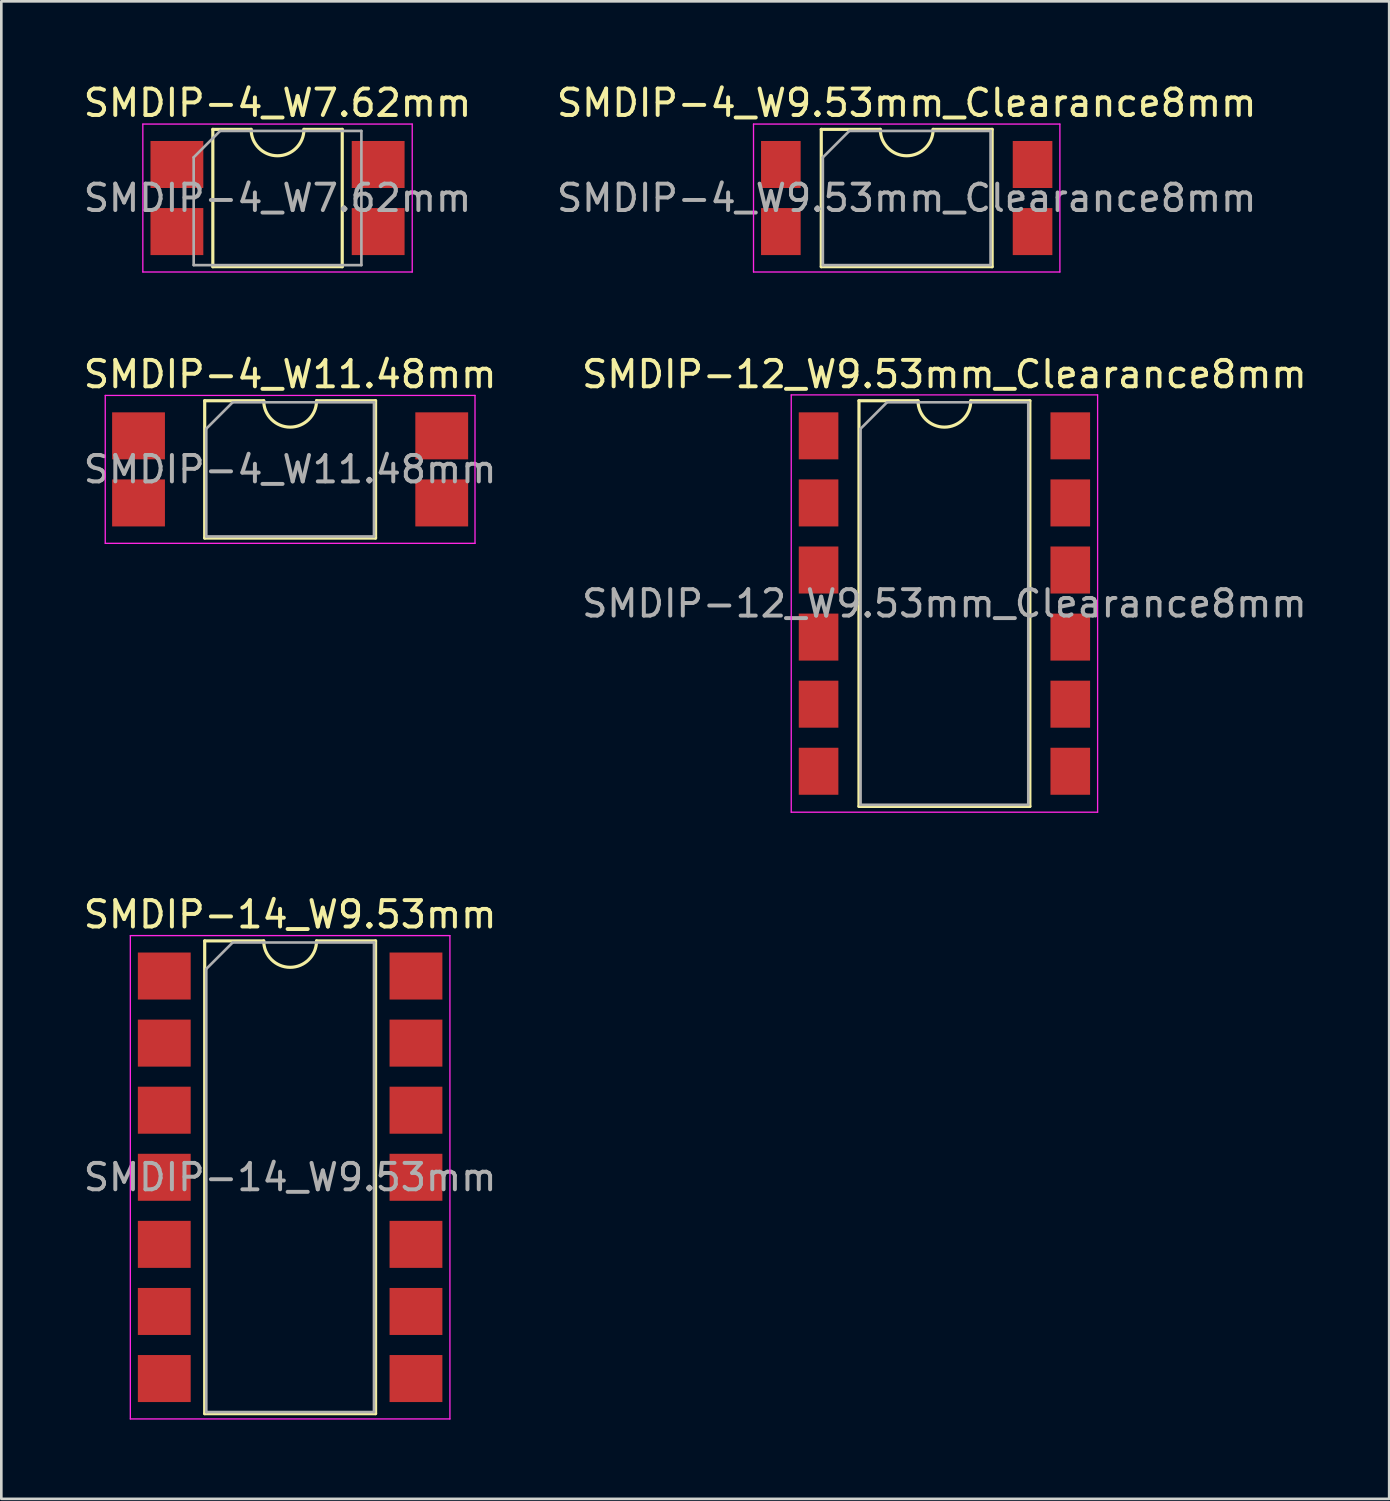
<source format=kicad_pcb>
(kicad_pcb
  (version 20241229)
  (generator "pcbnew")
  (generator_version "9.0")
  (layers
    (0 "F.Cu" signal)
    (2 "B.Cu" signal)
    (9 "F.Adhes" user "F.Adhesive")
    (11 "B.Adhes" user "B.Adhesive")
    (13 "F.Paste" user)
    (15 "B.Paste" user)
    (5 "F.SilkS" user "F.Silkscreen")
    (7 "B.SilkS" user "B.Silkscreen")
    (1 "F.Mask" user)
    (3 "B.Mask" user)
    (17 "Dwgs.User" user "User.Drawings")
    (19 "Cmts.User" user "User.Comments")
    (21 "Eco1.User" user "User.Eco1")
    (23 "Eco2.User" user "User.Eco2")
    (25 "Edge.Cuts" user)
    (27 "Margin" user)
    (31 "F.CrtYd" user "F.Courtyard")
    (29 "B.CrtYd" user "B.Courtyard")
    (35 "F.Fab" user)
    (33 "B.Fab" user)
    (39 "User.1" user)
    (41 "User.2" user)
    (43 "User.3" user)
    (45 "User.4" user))
  (footprint "SMDIP-4_W9.53mm_Clearance8mm"
    (layer "F.Cu")
    (at 31.28 4.448)
    (property "Reference" "SMDIP-4_W9.53mm_Clearance8mm" (at 0 -3.6 0) (layer "F.SilkS") (effects (font (size 1 1) (thickness 0.15))))
    (attr smd)
    (fp_line (start -3.235 -2.6) (end -3.235 2.6) (stroke (width 0.12) (type solid)) (layer "F.SilkS"))
    (fp_line (start -3.235 2.6) (end 3.235 2.6) (stroke (width 0.12) (type solid)) (layer "F.SilkS"))
    (fp_line (start -1 -2.6) (end -3.235 -2.6) (stroke (width 0.12) (type solid)) (layer "F.SilkS"))
    (fp_line (start 3.235 -2.6) (end 1 -2.6) (stroke (width 0.12) (type solid)) (layer "F.SilkS"))
    (fp_line (start 3.235 2.6) (end 3.235 -2.6) (stroke (width 0.12) (type solid)) (layer "F.SilkS"))
    (fp_arc (start 1 -2.6) (mid 0 -1.6) (end -1 -2.6) (stroke (width 0.12) (type solid)) (layer "F.SilkS"))
    (fp_line (start -5.8 -2.8) (end -5.8 2.8) (stroke (width 0.05) (type solid)) (layer "F.CrtYd"))
    (fp_line (start -5.8 2.8) (end 5.8 2.8) (stroke (width 0.05) (type solid)) (layer "F.CrtYd"))
    (fp_line (start 5.8 -2.8) (end -5.8 -2.8) (stroke (width 0.05) (type solid)) (layer "F.CrtYd"))
    (fp_line (start 5.8 2.8) (end 5.8 -2.8) (stroke (width 0.05) (type solid)) (layer "F.CrtYd"))
    (fp_line (start -3.175 -1.54) (end -2.175 -2.54) (stroke (width 0.1) (type solid)) (layer "F.Fab"))
    (fp_line (start -3.175 2.54) (end -3.175 -1.54) (stroke (width 0.1) (type solid)) (layer "F.Fab"))
    (fp_line (start -2.175 -2.54) (end 3.175 -2.54) (stroke (width 0.1) (type solid)) (layer "F.Fab"))
    (fp_line (start 3.175 -2.54) (end 3.175 2.54) (stroke (width 0.1) (type solid)) (layer "F.Fab"))
    (fp_line (start 3.175 2.54) (end -3.175 2.54) (stroke (width 0.1) (type solid)) (layer "F.Fab"))
    (fp_text user "${REFERENCE}" (at 0 0 0) (layer "F.Fab") (effects (font (size 1 1) (thickness 0.15))))
    (pad "1" smd rect (at -4.765 -1.27) (size 1.5 1.78) (layers "F.Cu" "F.Mask" "F.Paste"))
    (pad "2" smd rect (at -4.765 1.27) (size 1.5 1.78) (layers "F.Cu" "F.Mask" "F.Paste"))
    (pad "3" smd rect (at 4.765 1.27) (size 1.5 1.78) (layers "F.Cu" "F.Mask" "F.Paste"))
    (pad "4" smd rect (at 4.765 -1.27) (size 1.5 1.78) (layers "F.Cu" "F.Mask" "F.Paste")))
  (footprint "SMDIP-12_W9.53mm_Clearance8mm"
    (layer "F.Cu")
    (at 32.708 19.802)
    (property "Reference" "SMDIP-12_W9.53mm_Clearance8mm" (at 0 -8.68 0) (layer "F.SilkS") (effects (font (size 1 1) (thickness 0.15))))
    (attr smd)
    (fp_line (start -3.235 -7.68) (end -3.235 7.68) (stroke (width 0.12) (type solid)) (layer "F.SilkS"))
    (fp_line (start -3.235 7.68) (end 3.235 7.68) (stroke (width 0.12) (type solid)) (layer "F.SilkS"))
    (fp_line (start -1 -7.68) (end -3.235 -7.68) (stroke (width 0.12) (type solid)) (layer "F.SilkS"))
    (fp_line (start 3.235 -7.68) (end 1 -7.68) (stroke (width 0.12) (type solid)) (layer "F.SilkS"))
    (fp_line (start 3.235 7.68) (end 3.235 -7.68) (stroke (width 0.12) (type solid)) (layer "F.SilkS"))
    (fp_arc (start 1 -7.68) (mid 0 -6.68) (end -1 -7.68) (stroke (width 0.12) (type solid)) (layer "F.SilkS"))
    (fp_line (start -5.8 -7.9) (end -5.8 7.9) (stroke (width 0.05) (type solid)) (layer "F.CrtYd"))
    (fp_line (start -5.8 7.9) (end 5.8 7.9) (stroke (width 0.05) (type solid)) (layer "F.CrtYd"))
    (fp_line (start 5.8 -7.9) (end -5.8 -7.9) (stroke (width 0.05) (type solid)) (layer "F.CrtYd"))
    (fp_line (start 5.8 7.9) (end 5.8 -7.9) (stroke (width 0.05) (type solid)) (layer "F.CrtYd"))
    (fp_line (start -3.175 -6.62) (end -2.175 -7.62) (stroke (width 0.1) (type solid)) (layer "F.Fab"))
    (fp_line (start -3.175 7.62) (end -3.175 -6.62) (stroke (width 0.1) (type solid)) (layer "F.Fab"))
    (fp_line (start -2.175 -7.62) (end 3.175 -7.62) (stroke (width 0.1) (type solid)) (layer "F.Fab"))
    (fp_line (start 3.175 -7.62) (end 3.175 7.62) (stroke (width 0.1) (type solid)) (layer "F.Fab"))
    (fp_line (start 3.175 7.62) (end -3.175 7.62) (stroke (width 0.1) (type solid)) (layer "F.Fab"))
    (fp_text user "${REFERENCE}" (at 0 0 0) (layer "F.Fab") (effects (font (size 1 1) (thickness 0.15))))
    (pad "1" smd rect (at -4.765 -6.35) (size 1.5 1.78) (layers "F.Cu" "F.Mask" "F.Paste"))
    (pad "2" smd rect (at -4.765 -3.81) (size 1.5 1.78) (layers "F.Cu" "F.Mask" "F.Paste"))
    (pad "3" smd rect (at -4.765 -1.27) (size 1.5 1.78) (layers "F.Cu" "F.Mask" "F.Paste"))
    (pad "4" smd rect (at -4.765 1.27) (size 1.5 1.78) (layers "F.Cu" "F.Mask" "F.Paste"))
    (pad "5" smd rect (at -4.765 3.81) (size 1.5 1.78) (layers "F.Cu" "F.Mask" "F.Paste"))
    (pad "6" smd rect (at -4.765 6.35) (size 1.5 1.78) (layers "F.Cu" "F.Mask" "F.Paste"))
    (pad "7" smd rect (at 4.765 6.35) (size 1.5 1.78) (layers "F.Cu" "F.Mask" "F.Paste"))
    (pad "8" smd rect (at 4.765 3.81) (size 1.5 1.78) (layers "F.Cu" "F.Mask" "F.Paste"))
    (pad "9" smd rect (at 4.765 1.27) (size 1.5 1.78) (layers "F.Cu" "F.Mask" "F.Paste"))
    (pad "10" smd rect (at 4.765 -1.27) (size 1.5 1.78) (layers "F.Cu" "F.Mask" "F.Paste"))
    (pad "11" smd rect (at 4.765 -3.81) (size 1.5 1.78) (layers "F.Cu" "F.Mask" "F.Paste"))
    (pad "12" smd rect (at 4.765 -6.35) (size 1.5 1.78) (layers "F.Cu" "F.Mask" "F.Paste")))
  (footprint "SMDIP-4_W7.62mm"
    (layer "F.Cu")
    (at 7.458 4.448)
    (property "Reference" "SMDIP-4_W7.62mm" (at 0 -3.6 0) (layer "F.SilkS") (effects (font (size 1 1) (thickness 0.15))))
    (attr smd)
    (fp_line (start -2.45 -2.6) (end -2.45 2.6) (stroke (width 0.12) (type solid)) (layer "F.SilkS"))
    (fp_line (start -2.45 2.6) (end 2.45 2.6) (stroke (width 0.12) (type solid)) (layer "F.SilkS"))
    (fp_line (start -1 -2.6) (end -2.45 -2.6) (stroke (width 0.12) (type solid)) (layer "F.SilkS"))
    (fp_line (start 2.45 -2.6) (end 1 -2.6) (stroke (width 0.12) (type solid)) (layer "F.SilkS"))
    (fp_line (start 2.45 2.6) (end 2.45 -2.6) (stroke (width 0.12) (type solid)) (layer "F.SilkS"))
    (fp_arc (start 1 -2.6) (mid 0 -1.6) (end -1 -2.6) (stroke (width 0.12) (type solid)) (layer "F.SilkS"))
    (fp_line (start -5.1 -2.8) (end -5.1 2.8) (stroke (width 0.05) (type solid)) (layer "F.CrtYd"))
    (fp_line (start -5.1 2.8) (end 5.1 2.8) (stroke (width 0.05) (type solid)) (layer "F.CrtYd"))
    (fp_line (start 5.1 -2.8) (end -5.1 -2.8) (stroke (width 0.05) (type solid)) (layer "F.CrtYd"))
    (fp_line (start 5.1 2.8) (end 5.1 -2.8) (stroke (width 0.05) (type solid)) (layer "F.CrtYd"))
    (fp_line (start -3.175 -1.54) (end -2.175 -2.54) (stroke (width 0.1) (type solid)) (layer "F.Fab"))
    (fp_line (start -3.175 2.54) (end -3.175 -1.54) (stroke (width 0.1) (type solid)) (layer "F.Fab"))
    (fp_line (start -2.175 -2.54) (end 3.175 -2.54) (stroke (width 0.1) (type solid)) (layer "F.Fab"))
    (fp_line (start 3.175 -2.54) (end 3.175 2.54) (stroke (width 0.1) (type solid)) (layer "F.Fab"))
    (fp_line (start 3.175 2.54) (end -3.175 2.54) (stroke (width 0.1) (type solid)) (layer "F.Fab"))
    (fp_text user "${REFERENCE}" (at 0 0 0) (layer "F.Fab") (effects (font (size 1 1) (thickness 0.15))))
    (pad "1" smd rect (at -3.81 -1.27) (size 2 1.78) (layers "F.Cu" "F.Mask" "F.Paste"))
    (pad "2" smd rect (at -3.81 1.27) (size 2 1.78) (layers "F.Cu" "F.Mask" "F.Paste"))
    (pad "3" smd rect (at 3.81 1.27) (size 2 1.78) (layers "F.Cu" "F.Mask" "F.Paste"))
    (pad "4" smd rect (at 3.81 -1.27) (size 2 1.78) (layers "F.Cu" "F.Mask" "F.Paste")))
  (footprint "SMDIP-14_W9.53mm"
    (layer "F.Cu")
    (at 7.935 41.525)
    (property "Reference" "SMDIP-14_W9.53mm" (at 0 -9.95 0) (layer "F.SilkS") (effects (font (size 1 1) (thickness 0.15))))
    (attr smd)
    (fp_line (start -3.235 -8.95) (end -3.235 8.95) (stroke (width 0.12) (type solid)) (layer "F.SilkS"))
    (fp_line (start -3.235 8.95) (end 3.235 8.95) (stroke (width 0.12) (type solid)) (layer "F.SilkS"))
    (fp_line (start -1 -8.95) (end -3.235 -8.95) (stroke (width 0.12) (type solid)) (layer "F.SilkS"))
    (fp_line (start 3.235 -8.95) (end 1 -8.95) (stroke (width 0.12) (type solid)) (layer "F.SilkS"))
    (fp_line (start 3.235 8.95) (end 3.235 -8.95) (stroke (width 0.12) (type solid)) (layer "F.SilkS"))
    (fp_arc (start 1 -8.95) (mid 0 -7.95) (end -1 -8.95) (stroke (width 0.12) (type solid)) (layer "F.SilkS"))
    (fp_line (start -6.05 -9.15) (end -6.05 9.15) (stroke (width 0.05) (type solid)) (layer "F.CrtYd"))
    (fp_line (start -6.05 9.15) (end 6.05 9.15) (stroke (width 0.05) (type solid)) (layer "F.CrtYd"))
    (fp_line (start 6.05 -9.15) (end -6.05 -9.15) (stroke (width 0.05) (type solid)) (layer "F.CrtYd"))
    (fp_line (start 6.05 9.15) (end 6.05 -9.15) (stroke (width 0.05) (type solid)) (layer "F.CrtYd"))
    (fp_line (start -3.175 -7.89) (end -2.175 -8.89) (stroke (width 0.1) (type solid)) (layer "F.Fab"))
    (fp_line (start -3.175 8.89) (end -3.175 -7.89) (stroke (width 0.1) (type solid)) (layer "F.Fab"))
    (fp_line (start -2.175 -8.89) (end 3.175 -8.89) (stroke (width 0.1) (type solid)) (layer "F.Fab"))
    (fp_line (start 3.175 -8.89) (end 3.175 8.89) (stroke (width 0.1) (type solid)) (layer "F.Fab"))
    (fp_line (start 3.175 8.89) (end -3.175 8.89) (stroke (width 0.1) (type solid)) (layer "F.Fab"))
    (fp_text user "${REFERENCE}" (at 0 0 0) (layer "F.Fab") (effects (font (size 1 1) (thickness 0.15))))
    (pad "1" smd rect (at -4.765 -7.62) (size 2 1.78) (layers "F.Cu" "F.Mask" "F.Paste"))
    (pad "2" smd rect (at -4.765 -5.08) (size 2 1.78) (layers "F.Cu" "F.Mask" "F.Paste"))
    (pad "3" smd rect (at -4.765 -2.54) (size 2 1.78) (layers "F.Cu" "F.Mask" "F.Paste"))
    (pad "4" smd rect (at -4.765 0) (size 2 1.78) (layers "F.Cu" "F.Mask" "F.Paste"))
    (pad "5" smd rect (at -4.765 2.54) (size 2 1.78) (layers "F.Cu" "F.Mask" "F.Paste"))
    (pad "6" smd rect (at -4.765 5.08) (size 2 1.78) (layers "F.Cu" "F.Mask" "F.Paste"))
    (pad "7" smd rect (at -4.765 7.62) (size 2 1.78) (layers "F.Cu" "F.Mask" "F.Paste"))
    (pad "8" smd rect (at 4.765 7.62) (size 2 1.78) (layers "F.Cu" "F.Mask" "F.Paste"))
    (pad "9" smd rect (at 4.765 5.08) (size 2 1.78) (layers "F.Cu" "F.Mask" "F.Paste"))
    (pad "10" smd rect (at 4.765 2.54) (size 2 1.78) (layers "F.Cu" "F.Mask" "F.Paste"))
    (pad "11" smd rect (at 4.765 0) (size 2 1.78) (layers "F.Cu" "F.Mask" "F.Paste"))
    (pad "12" smd rect (at 4.765 -2.54) (size 2 1.78) (layers "F.Cu" "F.Mask" "F.Paste"))
    (pad "13" smd rect (at 4.765 -5.08) (size 2 1.78) (layers "F.Cu" "F.Mask" "F.Paste"))
    (pad "14" smd rect (at 4.765 -7.62) (size 2 1.78) (layers "F.Cu" "F.Mask" "F.Paste")))
  (footprint "SMDIP-4_W11.48mm"
    (layer "F.Cu")
    (at 7.935 14.722)
    (property "Reference" "SMDIP-4_W11.48mm" (at 0 -3.6 0) (layer "F.SilkS") (effects (font (size 1 1) (thickness 0.15))))
    (attr smd)
    (fp_line (start -3.235 -2.6) (end -3.235 2.6) (stroke (width 0.12) (type solid)) (layer "F.SilkS"))
    (fp_line (start -3.235 2.6) (end 3.235 2.6) (stroke (width 0.12) (type solid)) (layer "F.SilkS"))
    (fp_line (start -1 -2.6) (end -3.235 -2.6) (stroke (width 0.12) (type solid)) (layer "F.SilkS"))
    (fp_line (start 3.235 -2.6) (end 1 -2.6) (stroke (width 0.12) (type solid)) (layer "F.SilkS"))
    (fp_line (start 3.235 2.6) (end 3.235 -2.6) (stroke (width 0.12) (type solid)) (layer "F.SilkS"))
    (fp_arc (start 1 -2.6) (mid 0 -1.6) (end -1 -2.6) (stroke (width 0.12) (type solid)) (layer "F.SilkS"))
    (fp_line (start -7 -2.8) (end -7 2.8) (stroke (width 0.05) (type solid)) (layer "F.CrtYd"))
    (fp_line (start -7 2.8) (end 7 2.8) (stroke (width 0.05) (type solid)) (layer "F.CrtYd"))
    (fp_line (start 7 -2.8) (end -7 -2.8) (stroke (width 0.05) (type solid)) (layer "F.CrtYd"))
    (fp_line (start 7 2.8) (end 7 -2.8) (stroke (width 0.05) (type solid)) (layer "F.CrtYd"))
    (fp_line (start -3.175 -1.54) (end -2.175 -2.54) (stroke (width 0.1) (type solid)) (layer "F.Fab"))
    (fp_line (start -3.175 2.54) (end -3.175 -1.54) (stroke (width 0.1) (type solid)) (layer "F.Fab"))
    (fp_line (start -2.175 -2.54) (end 3.175 -2.54) (stroke (width 0.1) (type solid)) (layer "F.Fab"))
    (fp_line (start 3.175 -2.54) (end 3.175 2.54) (stroke (width 0.1) (type solid)) (layer "F.Fab"))
    (fp_line (start 3.175 2.54) (end -3.175 2.54) (stroke (width 0.1) (type solid)) (layer "F.Fab"))
    (fp_text user "${REFERENCE}" (at 0 0 0) (layer "F.Fab") (effects (font (size 1 1) (thickness 0.15))))
    (pad "1" smd rect (at -5.74 -1.27) (size 2 1.78) (layers "F.Cu" "F.Mask" "F.Paste"))
    (pad "2" smd rect (at -5.74 1.27) (size 2 1.78) (layers "F.Cu" "F.Mask" "F.Paste"))
    (pad "3" smd rect (at 5.74 1.27) (size 2 1.78) (layers "F.Cu" "F.Mask" "F.Paste"))
    (pad "4" smd rect (at 5.74 -1.27) (size 2 1.78) (layers "F.Cu" "F.Mask" "F.Paste")))
  (gr_rect
    (start -3 -3)
    (end 49.548 53.7)
    (stroke (width 0.1) (type default))
    (fill no)
    (layer "Edge.Cuts")))
</source>
